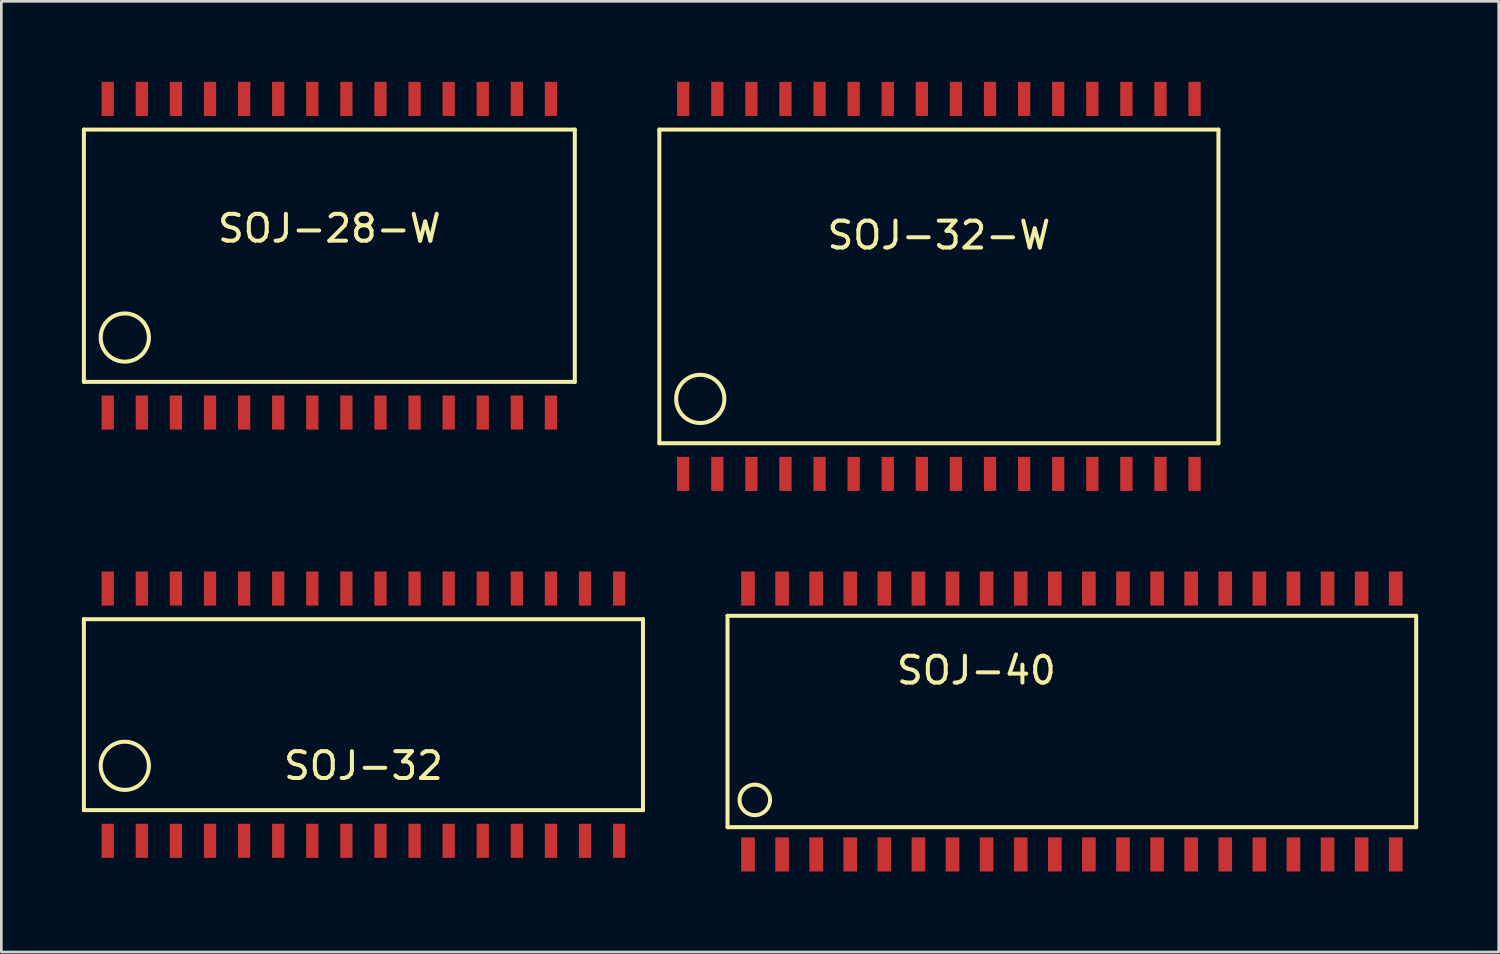
<source format=kicad_pcb>
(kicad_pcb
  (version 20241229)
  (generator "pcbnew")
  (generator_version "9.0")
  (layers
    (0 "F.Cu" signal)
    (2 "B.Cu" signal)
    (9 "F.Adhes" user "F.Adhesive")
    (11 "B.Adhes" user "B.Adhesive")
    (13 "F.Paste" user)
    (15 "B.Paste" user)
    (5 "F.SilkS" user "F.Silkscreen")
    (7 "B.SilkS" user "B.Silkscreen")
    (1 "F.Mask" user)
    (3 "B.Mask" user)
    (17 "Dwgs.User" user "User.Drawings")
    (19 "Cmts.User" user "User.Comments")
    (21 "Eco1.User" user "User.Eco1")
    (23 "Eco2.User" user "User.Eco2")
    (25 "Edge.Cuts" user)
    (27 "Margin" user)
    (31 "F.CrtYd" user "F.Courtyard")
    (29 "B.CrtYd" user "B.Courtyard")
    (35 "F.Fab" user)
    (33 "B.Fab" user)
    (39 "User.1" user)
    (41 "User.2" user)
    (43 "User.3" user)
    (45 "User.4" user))
  (footprint "SOJ-40"
    (layer "F.Cu")
    (at 36.88 23.701)
    (property "Reference" "SOJ-40" (at -3.556 -1.778 0) (layer "F.SilkS") (effects (font (size 1 1) (thickness 0.15))))
    (attr smd)
    (fp_line (start -12.827 -3.81) (end 12.827 -3.81) (stroke (width 0.15) (type solid)) (layer "F.SilkS"))
    (fp_line (start -12.827 4.064) (end -12.827 -3.81) (stroke (width 0.15) (type solid)) (layer "F.SilkS"))
    (fp_line (start 12.827 -3.81) (end 12.827 4.064) (stroke (width 0.15) (type solid)) (layer "F.SilkS"))
    (fp_line (start 12.827 4.064) (end -12.827 4.064) (stroke (width 0.15) (type solid)) (layer "F.SilkS"))
    (fp_circle (center -11.811 3.048) (end -11.303 2.794) (stroke (width 0.15) (type solid)) (fill no) (layer "F.SilkS"))
    (pad "1" smd rect (at -12.065 5.08) (size 0.508 1.27) (layers "F.Cu" "F.Mask" "F.Paste"))
    (pad "2" smd rect (at -10.795 5.08) (size 0.508 1.27) (layers "F.Cu" "F.Mask" "F.Paste"))
    (pad "3" smd rect (at -9.525 5.08) (size 0.508 1.27) (layers "F.Cu" "F.Mask" "F.Paste"))
    (pad "4" smd rect (at -8.255 5.08) (size 0.508 1.27) (layers "F.Cu" "F.Mask" "F.Paste"))
    (pad "5" smd rect (at -6.985 5.08) (size 0.508 1.27) (layers "F.Cu" "F.Mask" "F.Paste"))
    (pad "6" smd rect (at -5.715 5.08) (size 0.508 1.27) (layers "F.Cu" "F.Mask" "F.Paste"))
    (pad "7" smd rect (at -4.445 5.08) (size 0.508 1.27) (layers "F.Cu" "F.Mask" "F.Paste"))
    (pad "8" smd rect (at -3.175 5.08) (size 0.508 1.27) (layers "F.Cu" "F.Mask" "F.Paste"))
    (pad "9" smd rect (at -1.905 5.08) (size 0.508 1.27) (layers "F.Cu" "F.Mask" "F.Paste"))
    (pad "10" smd rect (at -0.635 5.08) (size 0.508 1.27) (layers "F.Cu" "F.Mask" "F.Paste"))
    (pad "11" smd rect (at 0.635 5.08) (size 0.508 1.27) (layers "F.Cu" "F.Mask" "F.Paste"))
    (pad "12" smd rect (at 1.905 5.08) (size 0.508 1.27) (layers "F.Cu" "F.Mask" "F.Paste"))
    (pad "13" smd rect (at 3.175 5.08) (size 0.508 1.27) (layers "F.Cu" "F.Mask" "F.Paste"))
    (pad "14" smd rect (at 4.445 5.08) (size 0.508 1.27) (layers "F.Cu" "F.Mask" "F.Paste"))
    (pad "15" smd rect (at 5.715 5.08) (size 0.508 1.27) (layers "F.Cu" "F.Mask" "F.Paste"))
    (pad "16" smd rect (at 6.985 5.08) (size 0.508 1.27) (layers "F.Cu" "F.Mask" "F.Paste"))
    (pad "17" smd rect (at 8.255 5.08) (size 0.508 1.27) (layers "F.Cu" "F.Mask" "F.Paste"))
    (pad "18" smd rect (at 9.525 5.08) (size 0.508 1.27) (layers "F.Cu" "F.Mask" "F.Paste"))
    (pad "19" smd rect (at 10.795 5.08) (size 0.508 1.27) (layers "F.Cu" "F.Mask" "F.Paste"))
    (pad "20" smd rect (at 12.065 5.08) (size 0.508 1.27) (layers "F.Cu" "F.Mask" "F.Paste"))
    (pad "21" smd rect (at 12.065 -4.826) (size 0.508 1.27) (layers "F.Cu" "F.Mask" "F.Paste"))
    (pad "22" smd rect (at 10.795 -4.826) (size 0.508 1.27) (layers "F.Cu" "F.Mask" "F.Paste"))
    (pad "23" smd rect (at 9.525 -4.826) (size 0.508 1.27) (layers "F.Cu" "F.Mask" "F.Paste"))
    (pad "24" smd rect (at 8.255 -4.826) (size 0.508 1.27) (layers "F.Cu" "F.Mask" "F.Paste"))
    (pad "25" smd rect (at 6.985 -4.826) (size 0.508 1.27) (layers "F.Cu" "F.Mask" "F.Paste"))
    (pad "26" smd rect (at 5.715 -4.826) (size 0.508 1.27) (layers "F.Cu" "F.Mask" "F.Paste"))
    (pad "27" smd rect (at 4.445 -4.826) (size 0.508 1.27) (layers "F.Cu" "F.Mask" "F.Paste"))
    (pad "28" smd rect (at 3.175 -4.826) (size 0.508 1.27) (layers "F.Cu" "F.Mask" "F.Paste"))
    (pad "29" smd rect (at 1.905 -4.826) (size 0.508 1.27) (layers "F.Cu" "F.Mask" "F.Paste"))
    (pad "30" smd rect (at 0.635 -4.826) (size 0.508 1.27) (layers "F.Cu" "F.Mask" "F.Paste"))
    (pad "31" smd rect (at -0.635 -4.826) (size 0.508 1.27) (layers "F.Cu" "F.Mask" "F.Paste"))
    (pad "32" smd rect (at -1.905 -4.826) (size 0.508 1.27) (layers "F.Cu" "F.Mask" "F.Paste"))
    (pad "33" smd rect (at -3.175 -4.826) (size 0.508 1.27) (layers "F.Cu" "F.Mask" "F.Paste"))
    (pad "34" smd rect (at -4.445 -4.826) (size 0.508 1.27) (layers "F.Cu" "F.Mask" "F.Paste"))
    (pad "35" smd rect (at -5.715 -4.826) (size 0.508 1.27) (layers "F.Cu" "F.Mask" "F.Paste"))
    (pad "36" smd rect (at -6.985 -4.826) (size 0.508 1.27) (layers "F.Cu" "F.Mask" "F.Paste"))
    (pad "37" smd rect (at -8.255 -4.826) (size 0.508 1.27) (layers "F.Cu" "F.Mask" "F.Paste"))
    (pad "38" smd rect (at -9.525 -4.826) (size 0.508 1.27) (layers "F.Cu" "F.Mask" "F.Paste"))
    (pad "39" smd rect (at -10.795 -4.826) (size 0.508 1.27) (layers "F.Cu" "F.Mask" "F.Paste"))
    (pad "40" smd rect (at -12.065 -4.826) (size 0.508 1.27) (layers "F.Cu" "F.Mask" "F.Paste")))
  (footprint "SOJ-32-W"
    (layer "F.Cu")
    (at 31.927 7.62)
    (property "Reference" "SOJ-32-W" (at 0 -1.905 0) (layer "F.SilkS") (effects (font (size 1 1) (thickness 0.15))))
    (attr smd)
    (fp_line (start -10.414 -5.842) (end 10.414 -5.842) (stroke (width 0.15) (type solid)) (layer "F.SilkS"))
    (fp_line (start -10.414 5.842) (end -10.414 -5.842) (stroke (width 0.15) (type solid)) (layer "F.SilkS"))
    (fp_line (start 10.414 -5.842) (end 10.414 5.842) (stroke (width 0.15) (type solid)) (layer "F.SilkS"))
    (fp_line (start 10.414 5.842) (end -10.414 5.842) (stroke (width 0.15) (type solid)) (layer "F.SilkS"))
    (fp_circle (center -8.89 4.191) (end -9.525 3.556) (stroke (width 0.15) (type solid)) (fill no) (layer "F.SilkS"))
    (pad "1" smd rect (at -9.525 6.985) (size 0.457 1.27) (layers "F.Cu" "F.Mask" "F.Paste"))
    (pad "2" smd rect (at -8.255 6.985) (size 0.457 1.27) (layers "F.Cu" "F.Mask" "F.Paste"))
    (pad "3" smd rect (at -6.985 6.985) (size 0.457 1.27) (layers "F.Cu" "F.Mask" "F.Paste"))
    (pad "4" smd rect (at -5.715 6.985) (size 0.457 1.27) (layers "F.Cu" "F.Mask" "F.Paste"))
    (pad "5" smd rect (at -4.445 6.985) (size 0.457 1.27) (layers "F.Cu" "F.Mask" "F.Paste"))
    (pad "6" smd rect (at -3.175 6.985) (size 0.457 1.27) (layers "F.Cu" "F.Mask" "F.Paste"))
    (pad "7" smd rect (at -1.905 6.985) (size 0.457 1.27) (layers "F.Cu" "F.Mask" "F.Paste"))
    (pad "8" smd rect (at -0.635 6.985) (size 0.457 1.27) (layers "F.Cu" "F.Mask" "F.Paste"))
    (pad "9" smd rect (at 0.635 6.985) (size 0.457 1.27) (layers "F.Cu" "F.Mask" "F.Paste"))
    (pad "10" smd rect (at 1.905 6.985) (size 0.457 1.27) (layers "F.Cu" "F.Mask" "F.Paste"))
    (pad "11" smd rect (at 3.175 6.985) (size 0.457 1.27) (layers "F.Cu" "F.Mask" "F.Paste"))
    (pad "12" smd rect (at 4.445 6.985) (size 0.457 1.27) (layers "F.Cu" "F.Mask" "F.Paste"))
    (pad "13" smd rect (at 5.715 6.985) (size 0.457 1.27) (layers "F.Cu" "F.Mask" "F.Paste"))
    (pad "14" smd rect (at 6.985 6.985) (size 0.457 1.27) (layers "F.Cu" "F.Mask" "F.Paste"))
    (pad "15" smd rect (at 8.255 6.985) (size 0.457 1.27) (layers "F.Cu" "F.Mask" "F.Paste"))
    (pad "16" smd rect (at 9.525 6.985) (size 0.457 1.27) (layers "F.Cu" "F.Mask" "F.Paste"))
    (pad "17" smd rect (at 9.525 -6.985) (size 0.457 1.27) (layers "F.Cu" "F.Mask" "F.Paste"))
    (pad "18" smd rect (at 8.255 -6.985) (size 0.457 1.27) (layers "F.Cu" "F.Mask" "F.Paste"))
    (pad "19" smd rect (at 6.985 -6.985) (size 0.457 1.27) (layers "F.Cu" "F.Mask" "F.Paste"))
    (pad "20" smd rect (at 5.715 -6.985) (size 0.457 1.27) (layers "F.Cu" "F.Mask" "F.Paste"))
    (pad "21" smd rect (at 4.445 -6.985) (size 0.457 1.27) (layers "F.Cu" "F.Mask" "F.Paste"))
    (pad "22" smd rect (at 3.175 -6.985) (size 0.457 1.27) (layers "F.Cu" "F.Mask" "F.Paste"))
    (pad "23" smd rect (at 1.905 -6.985) (size 0.457 1.27) (layers "F.Cu" "F.Mask" "F.Paste"))
    (pad "24" smd rect (at 0.635 -6.985) (size 0.457 1.27) (layers "F.Cu" "F.Mask" "F.Paste"))
    (pad "25" smd rect (at -0.635 -6.985) (size 0.457 1.27) (layers "F.Cu" "F.Mask" "F.Paste"))
    (pad "26" smd rect (at -1.905 -6.985) (size 0.457 1.27) (layers "F.Cu" "F.Mask" "F.Paste"))
    (pad "27" smd rect (at -3.175 -6.985) (size 0.457 1.27) (layers "F.Cu" "F.Mask" "F.Paste"))
    (pad "28" smd rect (at -4.445 -6.985) (size 0.457 1.27) (layers "F.Cu" "F.Mask" "F.Paste"))
    (pad "29" smd rect (at -5.715 -6.985) (size 0.457 1.27) (layers "F.Cu" "F.Mask" "F.Paste"))
    (pad "30" smd rect (at -6.985 -6.985) (size 0.457 1.27) (layers "F.Cu" "F.Mask" "F.Paste"))
    (pad "31" smd rect (at -8.255 -6.985) (size 0.457 1.27) (layers "F.Cu" "F.Mask" "F.Paste"))
    (pad "32" smd rect (at -9.525 -6.985) (size 0.457 1.27) (layers "F.Cu" "F.Mask" "F.Paste")))
  (footprint "SOJ-32"
    (layer "F.Cu")
    (at 10.489 23.574)
    (property "Reference" "SOJ-32" (at 0 1.905 0) (layer "F.SilkS") (effects (font (size 1 1) (thickness 0.15))))
    (attr smd)
    (fp_line (start -10.414 -3.556) (end 10.414 -3.556) (stroke (width 0.15) (type solid)) (layer "F.SilkS"))
    (fp_line (start -10.414 3.556) (end -10.414 -3.556) (stroke (width 0.15) (type solid)) (layer "F.SilkS"))
    (fp_line (start 10.414 -3.556) (end 10.414 3.556) (stroke (width 0.15) (type solid)) (layer "F.SilkS"))
    (fp_line (start 10.414 3.556) (end -10.414 3.556) (stroke (width 0.15) (type solid)) (layer "F.SilkS"))
    (fp_circle (center -8.89 1.905) (end -9.525 1.27) (stroke (width 0.15) (type solid)) (fill no) (layer "F.SilkS"))
    (pad "1" smd rect (at -9.525 4.699) (size 0.457 1.27) (layers "F.Cu" "F.Mask" "F.Paste"))
    (pad "2" smd rect (at -8.255 4.699) (size 0.457 1.27) (layers "F.Cu" "F.Mask" "F.Paste"))
    (pad "3" smd rect (at -6.985 4.699) (size 0.457 1.27) (layers "F.Cu" "F.Mask" "F.Paste"))
    (pad "4" smd rect (at -5.715 4.699) (size 0.457 1.27) (layers "F.Cu" "F.Mask" "F.Paste"))
    (pad "5" smd rect (at -4.445 4.699) (size 0.457 1.27) (layers "F.Cu" "F.Mask" "F.Paste"))
    (pad "6" smd rect (at -3.175 4.699) (size 0.457 1.27) (layers "F.Cu" "F.Mask" "F.Paste"))
    (pad "7" smd rect (at -1.905 4.699) (size 0.457 1.27) (layers "F.Cu" "F.Mask" "F.Paste"))
    (pad "8" smd rect (at -0.635 4.699) (size 0.457 1.27) (layers "F.Cu" "F.Mask" "F.Paste"))
    (pad "9" smd rect (at 0.635 4.699) (size 0.457 1.27) (layers "F.Cu" "F.Mask" "F.Paste"))
    (pad "10" smd rect (at 1.905 4.699) (size 0.457 1.27) (layers "F.Cu" "F.Mask" "F.Paste"))
    (pad "11" smd rect (at 3.175 4.699) (size 0.457 1.27) (layers "F.Cu" "F.Mask" "F.Paste"))
    (pad "12" smd rect (at 4.445 4.699) (size 0.457 1.27) (layers "F.Cu" "F.Mask" "F.Paste"))
    (pad "13" smd rect (at 5.715 4.699) (size 0.457 1.27) (layers "F.Cu" "F.Mask" "F.Paste"))
    (pad "14" smd rect (at 6.985 4.699) (size 0.457 1.27) (layers "F.Cu" "F.Mask" "F.Paste"))
    (pad "15" smd rect (at 8.255 4.699) (size 0.457 1.27) (layers "F.Cu" "F.Mask" "F.Paste"))
    (pad "16" smd rect (at 9.525 4.699) (size 0.457 1.27) (layers "F.Cu" "F.Mask" "F.Paste"))
    (pad "17" smd rect (at 9.525 -4.699) (size 0.457 1.27) (layers "F.Cu" "F.Mask" "F.Paste"))
    (pad "18" smd rect (at 8.255 -4.699) (size 0.457 1.27) (layers "F.Cu" "F.Mask" "F.Paste"))
    (pad "19" smd rect (at 6.985 -4.699) (size 0.457 1.27) (layers "F.Cu" "F.Mask" "F.Paste"))
    (pad "20" smd rect (at 5.715 -4.699) (size 0.457 1.27) (layers "F.Cu" "F.Mask" "F.Paste"))
    (pad "21" smd rect (at 4.445 -4.699) (size 0.457 1.27) (layers "F.Cu" "F.Mask" "F.Paste"))
    (pad "22" smd rect (at 3.175 -4.699) (size 0.457 1.27) (layers "F.Cu" "F.Mask" "F.Paste"))
    (pad "23" smd rect (at 1.905 -4.699) (size 0.457 1.27) (layers "F.Cu" "F.Mask" "F.Paste"))
    (pad "24" smd rect (at 0.635 -4.699) (size 0.457 1.27) (layers "F.Cu" "F.Mask" "F.Paste"))
    (pad "25" smd rect (at -0.635 -4.699) (size 0.457 1.27) (layers "F.Cu" "F.Mask" "F.Paste"))
    (pad "26" smd rect (at -1.905 -4.699) (size 0.457 1.27) (layers "F.Cu" "F.Mask" "F.Paste"))
    (pad "27" smd rect (at -3.175 -4.699) (size 0.457 1.27) (layers "F.Cu" "F.Mask" "F.Paste"))
    (pad "28" smd rect (at -4.445 -4.699) (size 0.457 1.27) (layers "F.Cu" "F.Mask" "F.Paste"))
    (pad "29" smd rect (at -5.715 -4.699) (size 0.457 1.27) (layers "F.Cu" "F.Mask" "F.Paste"))
    (pad "30" smd rect (at -6.985 -4.699) (size 0.457 1.27) (layers "F.Cu" "F.Mask" "F.Paste"))
    (pad "31" smd rect (at -8.255 -4.699) (size 0.457 1.27) (layers "F.Cu" "F.Mask" "F.Paste"))
    (pad "32" smd rect (at -9.525 -4.699) (size 0.457 1.27) (layers "F.Cu" "F.Mask" "F.Paste")))
  (footprint "SOJ-28-W"
    (layer "F.Cu")
    (at 9.219 6.477)
    (property "Reference" "SOJ-28-W" (at 0 -1.016 0) (layer "F.SilkS") (effects (font (size 1 1) (thickness 0.15))))
    (attr smd)
    (fp_line (start -9.144 -4.699) (end -9.144 4.699) (stroke (width 0.15) (type solid)) (layer "F.SilkS"))
    (fp_line (start -9.144 -4.699) (end 9.144 -4.699) (stroke (width 0.15) (type solid)) (layer "F.SilkS"))
    (fp_line (start 9.144 4.699) (end -9.144 4.699) (stroke (width 0.15) (type solid)) (layer "F.SilkS"))
    (fp_line (start 9.144 4.699) (end 9.144 -4.699) (stroke (width 0.15) (type solid)) (layer "F.SilkS"))
    (fp_circle (center -7.62 3.048) (end -8.255 2.413) (stroke (width 0.15) (type solid)) (fill no) (layer "F.SilkS"))
    (pad "1" smd rect (at -8.255 5.842) (size 0.457 1.27) (layers "F.Cu" "F.Mask" "F.Paste"))
    (pad "2" smd rect (at -6.985 5.842) (size 0.457 1.27) (layers "F.Cu" "F.Mask" "F.Paste"))
    (pad "3" smd rect (at -5.715 5.842) (size 0.457 1.27) (layers "F.Cu" "F.Mask" "F.Paste"))
    (pad "4" smd rect (at -4.445 5.842) (size 0.457 1.27) (layers "F.Cu" "F.Mask" "F.Paste"))
    (pad "5" smd rect (at -3.175 5.842) (size 0.457 1.27) (layers "F.Cu" "F.Mask" "F.Paste"))
    (pad "6" smd rect (at -1.905 5.842) (size 0.457 1.27) (layers "F.Cu" "F.Mask" "F.Paste"))
    (pad "7" smd rect (at -0.635 5.842) (size 0.457 1.27) (layers "F.Cu" "F.Mask" "F.Paste"))
    (pad "8" smd rect (at 0.635 5.842) (size 0.457 1.27) (layers "F.Cu" "F.Mask" "F.Paste"))
    (pad "9" smd rect (at 1.905 5.842) (size 0.457 1.27) (layers "F.Cu" "F.Mask" "F.Paste"))
    (pad "10" smd rect (at 3.175 5.842) (size 0.457 1.27) (layers "F.Cu" "F.Mask" "F.Paste"))
    (pad "11" smd rect (at 4.445 5.842) (size 0.457 1.27) (layers "F.Cu" "F.Mask" "F.Paste"))
    (pad "12" smd rect (at 5.715 5.842) (size 0.457 1.27) (layers "F.Cu" "F.Mask" "F.Paste"))
    (pad "13" smd rect (at 6.985 5.842) (size 0.457 1.27) (layers "F.Cu" "F.Mask" "F.Paste"))
    (pad "14" smd rect (at 8.255 5.842) (size 0.457 1.27) (layers "F.Cu" "F.Mask" "F.Paste"))
    (pad "15" smd rect (at 8.255 -5.842) (size 0.457 1.27) (layers "F.Cu" "F.Mask" "F.Paste"))
    (pad "16" smd rect (at 6.985 -5.842) (size 0.457 1.27) (layers "F.Cu" "F.Mask" "F.Paste"))
    (pad "17" smd rect (at 5.715 -5.842) (size 0.457 1.27) (layers "F.Cu" "F.Mask" "F.Paste"))
    (pad "18" smd rect (at 4.445 -5.842) (size 0.457 1.27) (layers "F.Cu" "F.Mask" "F.Paste"))
    (pad "19" smd rect (at 3.175 -5.842) (size 0.457 1.27) (layers "F.Cu" "F.Mask" "F.Paste"))
    (pad "20" smd rect (at 1.905 -5.842) (size 0.457 1.27) (layers "F.Cu" "F.Mask" "F.Paste"))
    (pad "21" smd rect (at 0.635 -5.842) (size 0.457 1.27) (layers "F.Cu" "F.Mask" "F.Paste"))
    (pad "22" smd rect (at -0.635 -5.842) (size 0.457 1.27) (layers "F.Cu" "F.Mask" "F.Paste"))
    (pad "23" smd rect (at -1.905 -5.842) (size 0.457 1.27) (layers "F.Cu" "F.Mask" "F.Paste"))
    (pad "24" smd rect (at -3.175 -5.842) (size 0.457 1.27) (layers "F.Cu" "F.Mask" "F.Paste"))
    (pad "25" smd rect (at -4.445 -5.842) (size 0.457 1.27) (layers "F.Cu" "F.Mask" "F.Paste"))
    (pad "26" smd rect (at -5.715 -5.842) (size 0.457 1.27) (layers "F.Cu" "F.Mask" "F.Paste"))
    (pad "27" smd rect (at -6.985 -5.842) (size 0.457 1.27) (layers "F.Cu" "F.Mask" "F.Paste"))
    (pad "28" smd rect (at -8.255 -5.842) (size 0.457 1.27) (layers "F.Cu" "F.Mask" "F.Paste")))
  (gr_rect
    (start -3 -3)
    (end 52.782 32.416)
    (stroke (width 0.1) (type default))
    (fill no)
    (layer "Edge.Cuts")))
</source>
